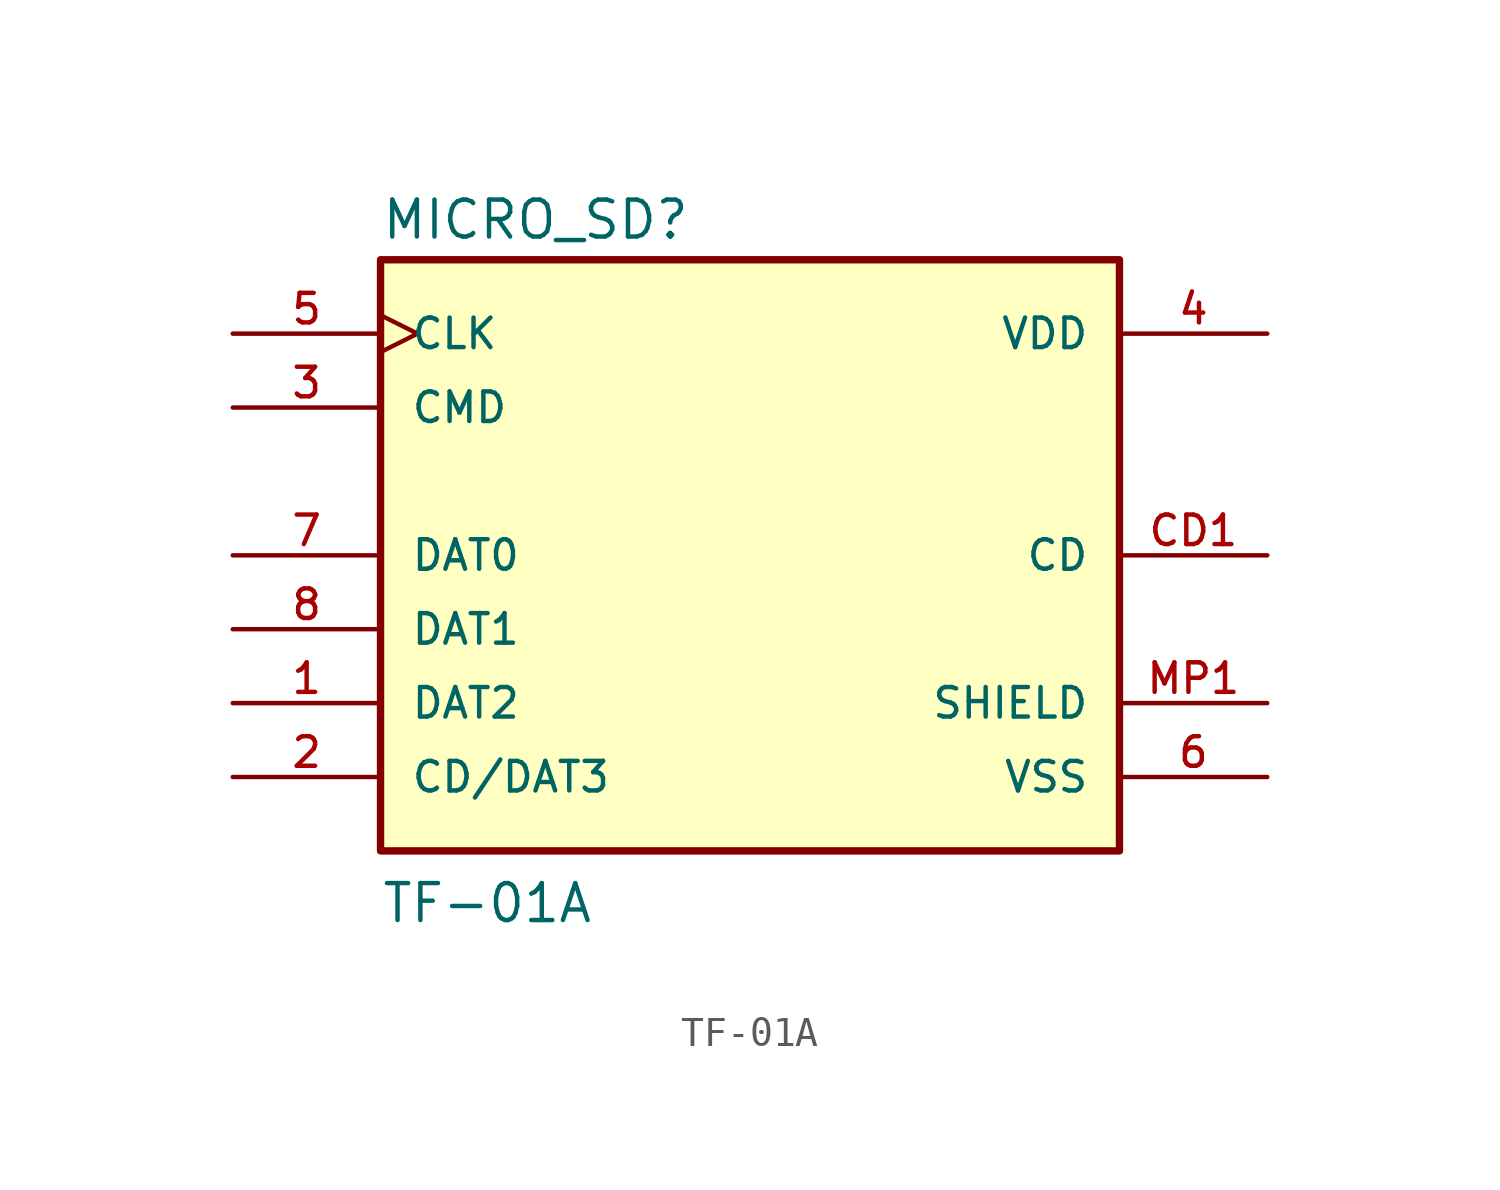
<source format=kicad_sym>
(kicad_symbol_lib
  (version 20211014)
  (generator kicad_symbol_editor)
  (symbol "TF-01A"
    (pin_names
      (offset 1.016))
    (property "Reference" "MICRO_SD"
      (at -12.7 10.795 0)
      (effects (font (size 1.27 1.27)) (justify bottom left)))
    (property "Value" "TF-01A"
      (at -12.7 -12.7 0)
      (effects (font (size 1.27 1.27)) (justify bottom left)))
    (symbol "TF-01A_0_0"
      (rectangle (start -12.7 -10.16) (end 12.7 10.16) (stroke (width 0.254)) (fill (type background)))
      (pin bidirectional line (at -17.78 -5.08 0) (length 5.08) (name "DAT2" (effects (font (size 1.016 1.016)))) (number "1" (effects (font (size 1.016 1.016)))))
      (pin bidirectional line (at -17.78 -7.62 0) (length 5.08) (name "CD/DAT3" (effects (font (size 1.016 1.016)))) (number "2" (effects (font (size 1.016 1.016)))))
      (pin bidirectional line (at -17.78 5.08 0) (length 5.08) (name "CMD" (effects (font (size 1.016 1.016)))) (number "3" (effects (font (size 1.016 1.016)))))
      (pin power_in line (at 17.78 7.62 180.0) (length 5.08) (name "VDD" (effects (font (size 1.016 1.016)))) (number "4" (effects (font (size 1.016 1.016)))))
      (pin bidirectional clock (at -17.78 7.62 0) (length 5.08) (name "CLK" (effects (font (size 1.016 1.016)))) (number "5" (effects (font (size 1.016 1.016)))))
      (pin power_in line (at 17.78 -7.62 180.0) (length 5.08) (name "VSS" (effects (font (size 1.016 1.016)))) (number "6" (effects (font (size 1.016 1.016)))))
      (pin bidirectional line (at -17.78 0.0 0) (length 5.08) (name "DAT0" (effects (font (size 1.016 1.016)))) (number "7" (effects (font (size 1.016 1.016)))))
      (pin bidirectional line (at -17.78 -2.54 0) (length 5.08) (name "DAT1" (effects (font (size 1.016 1.016)))) (number "8" (effects (font (size 1.016 1.016)))))
      (pin passive line (at 17.78 0.0 180.0) (length 5.08) (name "CD" (effects (font (size 1.016 1.016)))) (number "CD1" (effects (font (size 1.016 1.016)))))
      (pin power_in line (at 17.78 -5.08 180.0) (length 5.08) (name "SHIELD" (effects (font (size 1.016 1.016)))) (number "MP1" (effects (font (size 1.016 1.016)))))
      (pin power_in line (at 17.78 -5.08 180.0) (length 5.08) hide (name "SHIELD" (effects (font (size 1.016 1.016)))) (number "MP2" (effects (font (size 1.016 1.016)))))
      (pin power_in line (at 17.78 -5.08 180.0) (length 5.08) hide (name "SHIELD" (effects (font (size 1.016 1.016)))) (number "MP3" (effects (font (size 1.016 1.016)))))
      (pin power_in line (at 17.78 -5.08 180.0) (length 5.08) hide (name "SHIELD" (effects (font (size 1.016 1.016)))) (number "MP4" (effects (font (size 1.016 1.016))))))))
</source>
